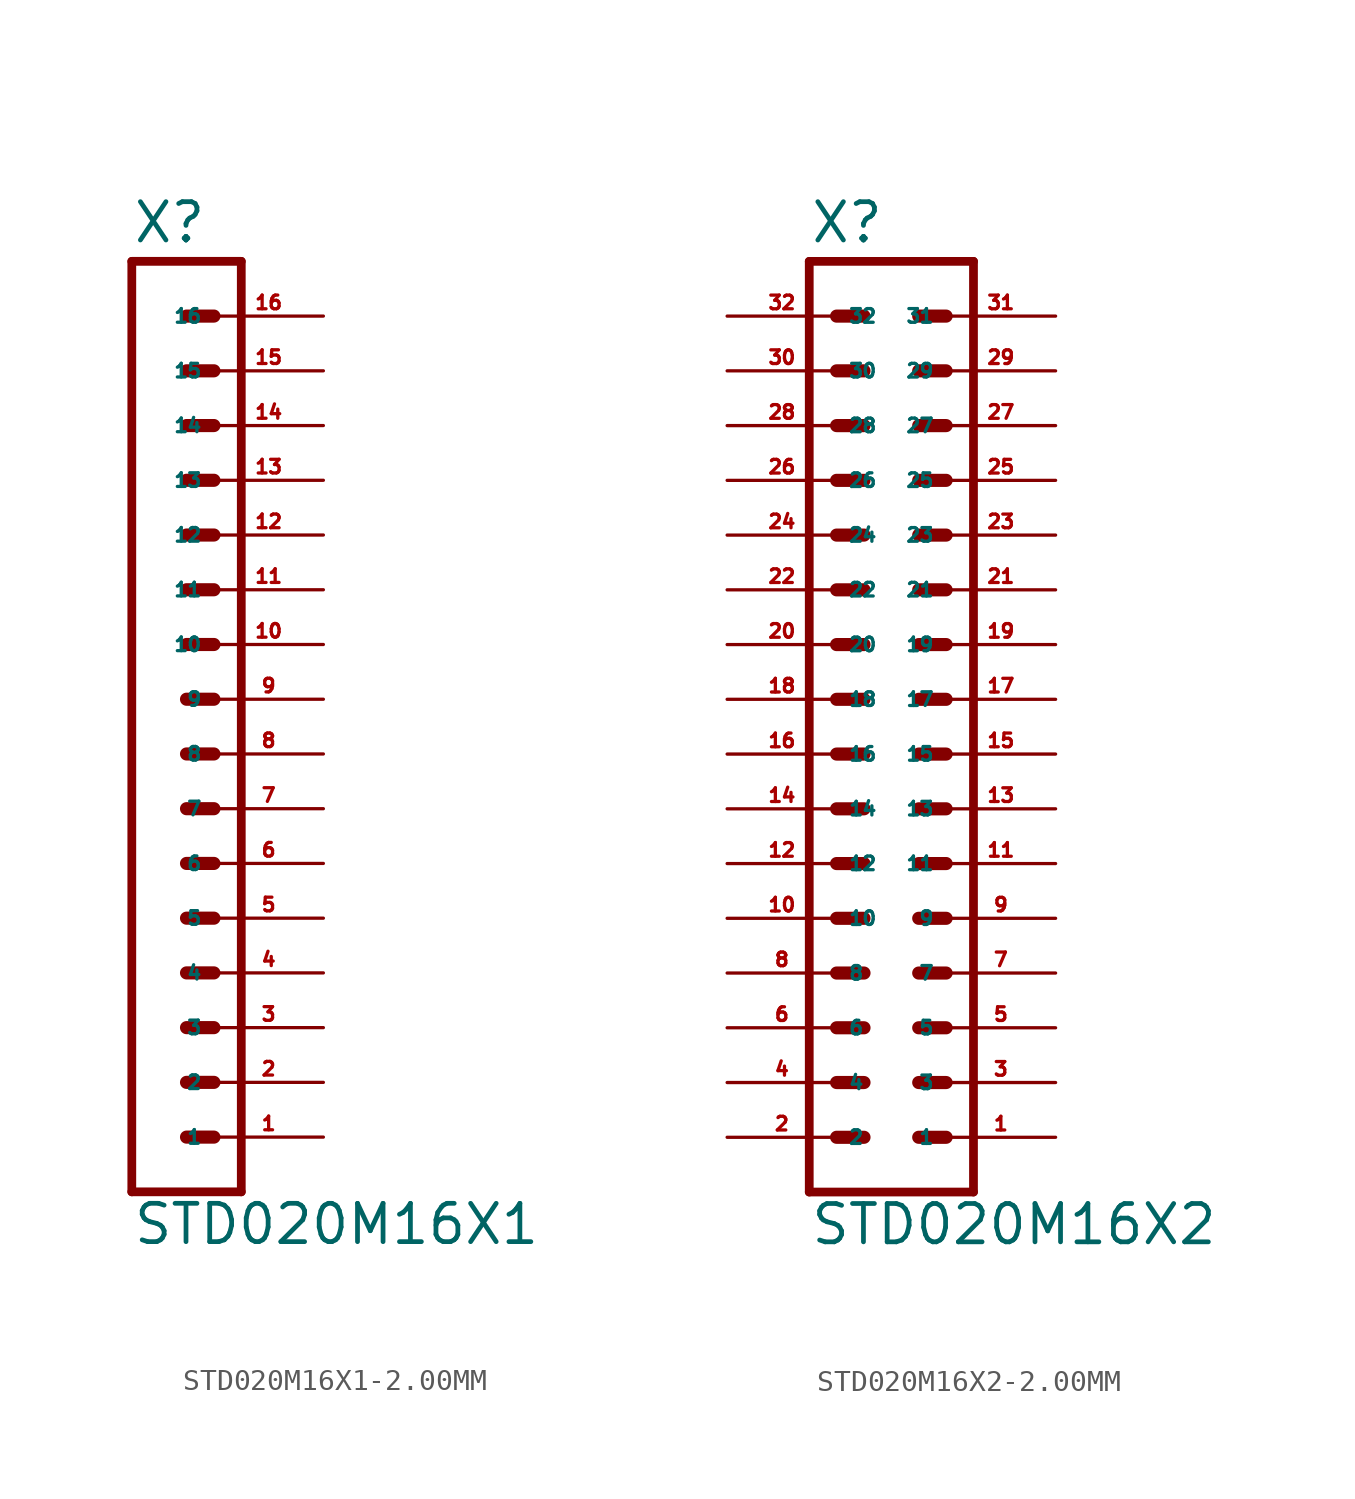
<source format=kicad_sym>
(kicad_symbol_lib
  (version 20220914)
  (generator Eagle2Kicad)
  (symbol "STD020M16X1-2.00MM"
    (property "Reference" "X"
      (at -1.27 28.702 0)
      (effects (font (size 1.778 1.778) (thickness 0.22)) (justify left bottom)))
    (property "Value" "STD020M16X1"
      (at -1.27 -17.78 0)
      (effects (font (size 1.778 1.778) (thickness 0.22)) (justify left bottom)))
    (polyline
      (pts (xy 3.81 -15.24) (xy -1.27 -15.24))
      (stroke (width 0.406) (type default))
      (fill (type none)))
    (polyline
      (pts (xy 1.27 -7.62) (xy 2.54 -7.62))
      (stroke (width 0.61) (type default))
      (fill (type none)))
    (polyline
      (pts (xy 1.27 -10.16) (xy 2.54 -10.16))
      (stroke (width 0.61) (type default))
      (fill (type none)))
    (polyline
      (pts (xy 1.27 -12.7) (xy 2.54 -12.7))
      (stroke (width 0.61) (type default))
      (fill (type none)))
    (polyline
      (pts (xy 1.27 -2.54) (xy 2.54 -2.54))
      (stroke (width 0.61) (type default))
      (fill (type none)))
    (polyline
      (pts (xy 1.27 -5.08) (xy 2.54 -5.08))
      (stroke (width 0.61) (type default))
      (fill (type none)))
    (polyline
      (pts (xy 1.27 5.08) (xy 2.54 5.08))
      (stroke (width 0.61) (type default))
      (fill (type none)))
    (polyline
      (pts (xy 1.27 2.54) (xy 2.54 2.54))
      (stroke (width 0.61) (type default))
      (fill (type none)))
    (polyline
      (pts (xy 1.27 0) (xy 2.54 0))
      (stroke (width 0.61) (type default))
      (fill (type none)))
    (polyline
      (pts (xy 1.27 10.16) (xy 2.54 10.16))
      (stroke (width 0.61) (type default))
      (fill (type none)))
    (polyline
      (pts (xy 1.27 7.62) (xy 2.54 7.62))
      (stroke (width 0.61) (type default))
      (fill (type none)))
    (polyline
      (pts (xy 1.27 15.24) (xy 2.54 15.24))
      (stroke (width 0.61) (type default))
      (fill (type none)))
    (polyline
      (pts (xy 1.27 12.7) (xy 2.54 12.7))
      (stroke (width 0.61) (type default))
      (fill (type none)))
    (polyline
      (pts (xy -1.27 27.94) (xy -1.27 -15.24))
      (stroke (width 0.406) (type default))
      (fill (type none)))
    (polyline
      (pts (xy 3.81 -15.24) (xy 3.81 27.94))
      (stroke (width 0.406) (type default))
      (fill (type none)))
    (polyline
      (pts (xy -1.27 27.94) (xy 3.81 27.94))
      (stroke (width 0.406) (type default))
      (fill (type none)))
    (polyline
      (pts (xy 1.27 17.78) (xy 2.54 17.78))
      (stroke (width 0.61) (type default))
      (fill (type none)))
    (polyline
      (pts (xy 1.27 20.32) (xy 2.54 20.32))
      (stroke (width 0.61) (type default))
      (fill (type none)))
    (polyline
      (pts (xy 1.27 22.86) (xy 2.54 22.86))
      (stroke (width 0.61) (type default))
      (fill (type none)))
    (polyline
      (pts (xy 1.27 25.4) (xy 2.54 25.4))
      (stroke (width 0.61) (type default))
      (fill (type none)))
    (pin passive line
      (at 7.62 -12.7 180)
      (length 5.08)
      (name "1" (effects (font (size 0.635 0.635) (thickness 0.08)) (justify left bottom)))
      (number "1" (effects (font (size 0.635 0.635) (thickness 0.08)) (justify left bottom))))
    (pin passive line
      (at 7.62 -10.16 180)
      (length 5.08)
      (name "2" (effects (font (size 0.635 0.635) (thickness 0.08)) (justify left bottom)))
      (number "2" (effects (font (size 0.635 0.635) (thickness 0.08)) (justify left bottom))))
    (pin passive line
      (at 7.62 -7.62 180)
      (length 5.08)
      (name "3" (effects (font (size 0.635 0.635) (thickness 0.08)) (justify left bottom)))
      (number "3" (effects (font (size 0.635 0.635) (thickness 0.08)) (justify left bottom))))
    (pin passive line
      (at 7.62 -5.08 180)
      (length 5.08)
      (name "4" (effects (font (size 0.635 0.635) (thickness 0.08)) (justify left bottom)))
      (number "4" (effects (font (size 0.635 0.635) (thickness 0.08)) (justify left bottom))))
    (pin passive line
      (at 7.62 -2.54 180)
      (length 5.08)
      (name "5" (effects (font (size 0.635 0.635) (thickness 0.08)) (justify left bottom)))
      (number "5" (effects (font (size 0.635 0.635) (thickness 0.08)) (justify left bottom))))
    (pin passive line
      (at 7.62 0 180)
      (length 5.08)
      (name "6" (effects (font (size 0.635 0.635) (thickness 0.08)) (justify left bottom)))
      (number "6" (effects (font (size 0.635 0.635) (thickness 0.08)) (justify left bottom))))
    (pin passive line
      (at 7.62 2.54 180)
      (length 5.08)
      (name "7" (effects (font (size 0.635 0.635) (thickness 0.08)) (justify left bottom)))
      (number "7" (effects (font (size 0.635 0.635) (thickness 0.08)) (justify left bottom))))
    (pin passive line
      (at 7.62 5.08 180)
      (length 5.08)
      (name "8" (effects (font (size 0.635 0.635) (thickness 0.08)) (justify left bottom)))
      (number "8" (effects (font (size 0.635 0.635) (thickness 0.08)) (justify left bottom))))
    (pin passive line
      (at 7.62 7.62 180)
      (length 5.08)
      (name "9" (effects (font (size 0.635 0.635) (thickness 0.08)) (justify left bottom)))
      (number "9" (effects (font (size 0.635 0.635) (thickness 0.08)) (justify left bottom))))
    (pin passive line
      (at 7.62 10.16 180)
      (length 5.08)
      (name "10" (effects (font (size 0.635 0.635) (thickness 0.08)) (justify left bottom)))
      (number "10" (effects (font (size 0.635 0.635) (thickness 0.08)) (justify left bottom))))
    (pin passive line
      (at 7.62 12.7 180)
      (length 5.08)
      (name "11" (effects (font (size 0.635 0.635) (thickness 0.08)) (justify left bottom)))
      (number "11" (effects (font (size 0.635 0.635) (thickness 0.08)) (justify left bottom))))
    (pin passive line
      (at 7.62 15.24 180)
      (length 5.08)
      (name "12" (effects (font (size 0.635 0.635) (thickness 0.08)) (justify left bottom)))
      (number "12" (effects (font (size 0.635 0.635) (thickness 0.08)) (justify left bottom))))
    (pin passive line
      (at 7.62 17.78 180)
      (length 5.08)
      (name "13" (effects (font (size 0.635 0.635) (thickness 0.08)) (justify left bottom)))
      (number "13" (effects (font (size 0.635 0.635) (thickness 0.08)) (justify left bottom))))
    (pin passive line
      (at 7.62 20.32 180)
      (length 5.08)
      (name "14" (effects (font (size 0.635 0.635) (thickness 0.08)) (justify left bottom)))
      (number "14" (effects (font (size 0.635 0.635) (thickness 0.08)) (justify left bottom))))
    (pin passive line
      (at 7.62 22.86 180)
      (length 5.08)
      (name "15" (effects (font (size 0.635 0.635) (thickness 0.08)) (justify left bottom)))
      (number "15" (effects (font (size 0.635 0.635) (thickness 0.08)) (justify left bottom))))
    (pin passive line
      (at 7.62 25.4 180)
      (length 5.08)
      (name "16" (effects (font (size 0.635 0.635) (thickness 0.08)) (justify left bottom)))
      (number "16" (effects (font (size 0.635 0.635) (thickness 0.08)) (justify left bottom)))))
  (symbol "STD020M16X2-2.00MM"
    (property "Reference" "X"
      (at -3.81 28.702 0)
      (effects (font (size 1.778 1.778) (thickness 0.22)) (justify left bottom)))
    (property "Value" "STD020M16X2"
      (at -3.81 -17.78 0)
      (effects (font (size 1.778 1.778) (thickness 0.22)) (justify left bottom)))
    (polyline
      (pts (xy 3.81 -15.24) (xy -3.81 -15.24))
      (stroke (width 0.406) (type default))
      (fill (type none)))
    (polyline
      (pts (xy 1.27 -7.62) (xy 2.54 -7.62))
      (stroke (width 0.61) (type default))
      (fill (type none)))
    (polyline
      (pts (xy 1.27 -10.16) (xy 2.54 -10.16))
      (stroke (width 0.61) (type default))
      (fill (type none)))
    (polyline
      (pts (xy 1.27 -12.7) (xy 2.54 -12.7))
      (stroke (width 0.61) (type default))
      (fill (type none)))
    (polyline
      (pts (xy -2.54 -7.62) (xy -1.27 -7.62))
      (stroke (width 0.61) (type default))
      (fill (type none)))
    (polyline
      (pts (xy -2.54 -10.16) (xy -1.27 -10.16))
      (stroke (width 0.61) (type default))
      (fill (type none)))
    (polyline
      (pts (xy -2.54 -12.7) (xy -1.27 -12.7))
      (stroke (width 0.61) (type default))
      (fill (type none)))
    (polyline
      (pts (xy 1.27 -2.54) (xy 2.54 -2.54))
      (stroke (width 0.61) (type default))
      (fill (type none)))
    (polyline
      (pts (xy 1.27 -5.08) (xy 2.54 -5.08))
      (stroke (width 0.61) (type default))
      (fill (type none)))
    (polyline
      (pts (xy -2.54 -2.54) (xy -1.27 -2.54))
      (stroke (width 0.61) (type default))
      (fill (type none)))
    (polyline
      (pts (xy -2.54 -5.08) (xy -1.27 -5.08))
      (stroke (width 0.61) (type default))
      (fill (type none)))
    (polyline
      (pts (xy 1.27 5.08) (xy 2.54 5.08))
      (stroke (width 0.61) (type default))
      (fill (type none)))
    (polyline
      (pts (xy 1.27 2.54) (xy 2.54 2.54))
      (stroke (width 0.61) (type default))
      (fill (type none)))
    (polyline
      (pts (xy 1.27 0) (xy 2.54 0))
      (stroke (width 0.61) (type default))
      (fill (type none)))
    (polyline
      (pts (xy -2.54 5.08) (xy -1.27 5.08))
      (stroke (width 0.61) (type default))
      (fill (type none)))
    (polyline
      (pts (xy -2.54 2.54) (xy -1.27 2.54))
      (stroke (width 0.61) (type default))
      (fill (type none)))
    (polyline
      (pts (xy -2.54 0) (xy -1.27 0))
      (stroke (width 0.61) (type default))
      (fill (type none)))
    (polyline
      (pts (xy 1.27 10.16) (xy 2.54 10.16))
      (stroke (width 0.61) (type default))
      (fill (type none)))
    (polyline
      (pts (xy 1.27 7.62) (xy 2.54 7.62))
      (stroke (width 0.61) (type default))
      (fill (type none)))
    (polyline
      (pts (xy -2.54 10.16) (xy -1.27 10.16))
      (stroke (width 0.61) (type default))
      (fill (type none)))
    (polyline
      (pts (xy -2.54 7.62) (xy -1.27 7.62))
      (stroke (width 0.61) (type default))
      (fill (type none)))
    (polyline
      (pts (xy 1.27 15.24) (xy 2.54 15.24))
      (stroke (width 0.61) (type default))
      (fill (type none)))
    (polyline
      (pts (xy 1.27 12.7) (xy 2.54 12.7))
      (stroke (width 0.61) (type default))
      (fill (type none)))
    (polyline
      (pts (xy -2.54 15.24) (xy -1.27 15.24))
      (stroke (width 0.61) (type default))
      (fill (type none)))
    (polyline
      (pts (xy -2.54 12.7) (xy -1.27 12.7))
      (stroke (width 0.61) (type default))
      (fill (type none)))
    (polyline
      (pts (xy -3.81 27.94) (xy -3.81 -15.24))
      (stroke (width 0.406) (type default))
      (fill (type none)))
    (polyline
      (pts (xy 3.81 -15.24) (xy 3.81 27.94))
      (stroke (width 0.406) (type default))
      (fill (type none)))
    (polyline
      (pts (xy 1.27 17.78) (xy 2.54 17.78))
      (stroke (width 0.61) (type default))
      (fill (type none)))
    (polyline
      (pts (xy 1.27 20.32) (xy 2.54 20.32))
      (stroke (width 0.61) (type default))
      (fill (type none)))
    (polyline
      (pts (xy 1.27 22.86) (xy 2.54 22.86))
      (stroke (width 0.61) (type default))
      (fill (type none)))
    (polyline
      (pts (xy 1.27 25.4) (xy 2.54 25.4))
      (stroke (width 0.61) (type default))
      (fill (type none)))
    (polyline
      (pts (xy -3.81 27.94) (xy 3.81 27.94))
      (stroke (width 0.406) (type default))
      (fill (type none)))
    (polyline
      (pts (xy -2.54 17.78) (xy -1.27 17.78))
      (stroke (width 0.61) (type default))
      (fill (type none)))
    (polyline
      (pts (xy -2.54 20.32) (xy -1.27 20.32))
      (stroke (width 0.61) (type default))
      (fill (type none)))
    (polyline
      (pts (xy -2.54 22.86) (xy -1.27 22.86))
      (stroke (width 0.61) (type default))
      (fill (type none)))
    (polyline
      (pts (xy -2.54 25.4) (xy -1.27 25.4))
      (stroke (width 0.61) (type default))
      (fill (type none)))
    (pin passive line
      (at 7.62 -12.7 180)
      (length 5.08)
      (name "1" (effects (font (size 0.635 0.635) (thickness 0.08)) (justify left bottom)))
      (number "1" (effects (font (size 0.635 0.635) (thickness 0.08)) (justify left bottom))))
    (pin passive line
      (at 7.62 -10.16 180)
      (length 5.08)
      (name "3" (effects (font (size 0.635 0.635) (thickness 0.08)) (justify left bottom)))
      (number "3" (effects (font (size 0.635 0.635) (thickness 0.08)) (justify left bottom))))
    (pin passive line
      (at 7.62 -7.62 180)
      (length 5.08)
      (name "5" (effects (font (size 0.635 0.635) (thickness 0.08)) (justify left bottom)))
      (number "5" (effects (font (size 0.635 0.635) (thickness 0.08)) (justify left bottom))))
    (pin passive line
      (at -7.62 -12.7 0)
      (length 5.08)
      (name "2" (effects (font (size 0.635 0.635) (thickness 0.08)) (justify left bottom)))
      (number "2" (effects (font (size 0.635 0.635) (thickness 0.08)) (justify left bottom))))
    (pin passive line
      (at -7.62 -10.16 0)
      (length 5.08)
      (name "4" (effects (font (size 0.635 0.635) (thickness 0.08)) (justify left bottom)))
      (number "4" (effects (font (size 0.635 0.635) (thickness 0.08)) (justify left bottom))))
    (pin passive line
      (at -7.62 -7.62 0)
      (length 5.08)
      (name "6" (effects (font (size 0.635 0.635) (thickness 0.08)) (justify left bottom)))
      (number "6" (effects (font (size 0.635 0.635) (thickness 0.08)) (justify left bottom))))
    (pin passive line
      (at 7.62 -5.08 180)
      (length 5.08)
      (name "7" (effects (font (size 0.635 0.635) (thickness 0.08)) (justify left bottom)))
      (number "7" (effects (font (size 0.635 0.635) (thickness 0.08)) (justify left bottom))))
    (pin passive line
      (at 7.62 -2.54 180)
      (length 5.08)
      (name "9" (effects (font (size 0.635 0.635) (thickness 0.08)) (justify left bottom)))
      (number "9" (effects (font (size 0.635 0.635) (thickness 0.08)) (justify left bottom))))
    (pin passive line
      (at -7.62 -5.08 0)
      (length 5.08)
      (name "8" (effects (font (size 0.635 0.635) (thickness 0.08)) (justify left bottom)))
      (number "8" (effects (font (size 0.635 0.635) (thickness 0.08)) (justify left bottom))))
    (pin passive line
      (at -7.62 -2.54 0)
      (length 5.08)
      (name "10" (effects (font (size 0.635 0.635) (thickness 0.08)) (justify left bottom)))
      (number "10" (effects (font (size 0.635 0.635) (thickness 0.08)) (justify left bottom))))
    (pin passive line
      (at 7.62 0 180)
      (length 5.08)
      (name "11" (effects (font (size 0.635 0.635) (thickness 0.08)) (justify left bottom)))
      (number "11" (effects (font (size 0.635 0.635) (thickness 0.08)) (justify left bottom))))
    (pin passive line
      (at 7.62 2.54 180)
      (length 5.08)
      (name "13" (effects (font (size 0.635 0.635) (thickness 0.08)) (justify left bottom)))
      (number "13" (effects (font (size 0.635 0.635) (thickness 0.08)) (justify left bottom))))
    (pin passive line
      (at 7.62 5.08 180)
      (length 5.08)
      (name "15" (effects (font (size 0.635 0.635) (thickness 0.08)) (justify left bottom)))
      (number "15" (effects (font (size 0.635 0.635) (thickness 0.08)) (justify left bottom))))
    (pin passive line
      (at -7.62 0 0)
      (length 5.08)
      (name "12" (effects (font (size 0.635 0.635) (thickness 0.08)) (justify left bottom)))
      (number "12" (effects (font (size 0.635 0.635) (thickness 0.08)) (justify left bottom))))
    (pin passive line
      (at -7.62 2.54 0)
      (length 5.08)
      (name "14" (effects (font (size 0.635 0.635) (thickness 0.08)) (justify left bottom)))
      (number "14" (effects (font (size 0.635 0.635) (thickness 0.08)) (justify left bottom))))
    (pin passive line
      (at -7.62 5.08 0)
      (length 5.08)
      (name "16" (effects (font (size 0.635 0.635) (thickness 0.08)) (justify left bottom)))
      (number "16" (effects (font (size 0.635 0.635) (thickness 0.08)) (justify left bottom))))
    (pin passive line
      (at 7.62 7.62 180)
      (length 5.08)
      (name "17" (effects (font (size 0.635 0.635) (thickness 0.08)) (justify left bottom)))
      (number "17" (effects (font (size 0.635 0.635) (thickness 0.08)) (justify left bottom))))
    (pin passive line
      (at 7.62 10.16 180)
      (length 5.08)
      (name "19" (effects (font (size 0.635 0.635) (thickness 0.08)) (justify left bottom)))
      (number "19" (effects (font (size 0.635 0.635) (thickness 0.08)) (justify left bottom))))
    (pin passive line
      (at -7.62 7.62 0)
      (length 5.08)
      (name "18" (effects (font (size 0.635 0.635) (thickness 0.08)) (justify left bottom)))
      (number "18" (effects (font (size 0.635 0.635) (thickness 0.08)) (justify left bottom))))
    (pin passive line
      (at -7.62 10.16 0)
      (length 5.08)
      (name "20" (effects (font (size 0.635 0.635) (thickness 0.08)) (justify left bottom)))
      (number "20" (effects (font (size 0.635 0.635) (thickness 0.08)) (justify left bottom))))
    (pin passive line
      (at 7.62 12.7 180)
      (length 5.08)
      (name "21" (effects (font (size 0.635 0.635) (thickness 0.08)) (justify left bottom)))
      (number "21" (effects (font (size 0.635 0.635) (thickness 0.08)) (justify left bottom))))
    (pin passive line
      (at 7.62 15.24 180)
      (length 5.08)
      (name "23" (effects (font (size 0.635 0.635) (thickness 0.08)) (justify left bottom)))
      (number "23" (effects (font (size 0.635 0.635) (thickness 0.08)) (justify left bottom))))
    (pin passive line
      (at -7.62 12.7 0)
      (length 5.08)
      (name "22" (effects (font (size 0.635 0.635) (thickness 0.08)) (justify left bottom)))
      (number "22" (effects (font (size 0.635 0.635) (thickness 0.08)) (justify left bottom))))
    (pin passive line
      (at -7.62 15.24 0)
      (length 5.08)
      (name "24" (effects (font (size 0.635 0.635) (thickness 0.08)) (justify left bottom)))
      (number "24" (effects (font (size 0.635 0.635) (thickness 0.08)) (justify left bottom))))
    (pin passive line
      (at 7.62 17.78 180)
      (length 5.08)
      (name "25" (effects (font (size 0.635 0.635) (thickness 0.08)) (justify left bottom)))
      (number "25" (effects (font (size 0.635 0.635) (thickness 0.08)) (justify left bottom))))
    (pin passive line
      (at -7.62 17.78 0)
      (length 5.08)
      (name "26" (effects (font (size 0.635 0.635) (thickness 0.08)) (justify left bottom)))
      (number "26" (effects (font (size 0.635 0.635) (thickness 0.08)) (justify left bottom))))
    (pin passive line
      (at 7.62 20.32 180)
      (length 5.08)
      (name "27" (effects (font (size 0.635 0.635) (thickness 0.08)) (justify left bottom)))
      (number "27" (effects (font (size 0.635 0.635) (thickness 0.08)) (justify left bottom))))
    (pin passive line
      (at -7.62 20.32 0)
      (length 5.08)
      (name "28" (effects (font (size 0.635 0.635) (thickness 0.08)) (justify left bottom)))
      (number "28" (effects (font (size 0.635 0.635) (thickness 0.08)) (justify left bottom))))
    (pin passive line
      (at 7.62 22.86 180)
      (length 5.08)
      (name "29" (effects (font (size 0.635 0.635) (thickness 0.08)) (justify left bottom)))
      (number "29" (effects (font (size 0.635 0.635) (thickness 0.08)) (justify left bottom))))
    (pin passive line
      (at -7.62 22.86 0)
      (length 5.08)
      (name "30" (effects (font (size 0.635 0.635) (thickness 0.08)) (justify left bottom)))
      (number "30" (effects (font (size 0.635 0.635) (thickness 0.08)) (justify left bottom))))
    (pin passive line
      (at 7.62 25.4 180)
      (length 5.08)
      (name "31" (effects (font (size 0.635 0.635) (thickness 0.08)) (justify left bottom)))
      (number "31" (effects (font (size 0.635 0.635) (thickness 0.08)) (justify left bottom))))
    (pin passive line
      (at -7.62 25.4 0)
      (length 5.08)
      (name "32" (effects (font (size 0.635 0.635) (thickness 0.08)) (justify left bottom)))
      (number "32" (effects (font (size 0.635 0.635) (thickness 0.08)) (justify left bottom))))))
</source>
